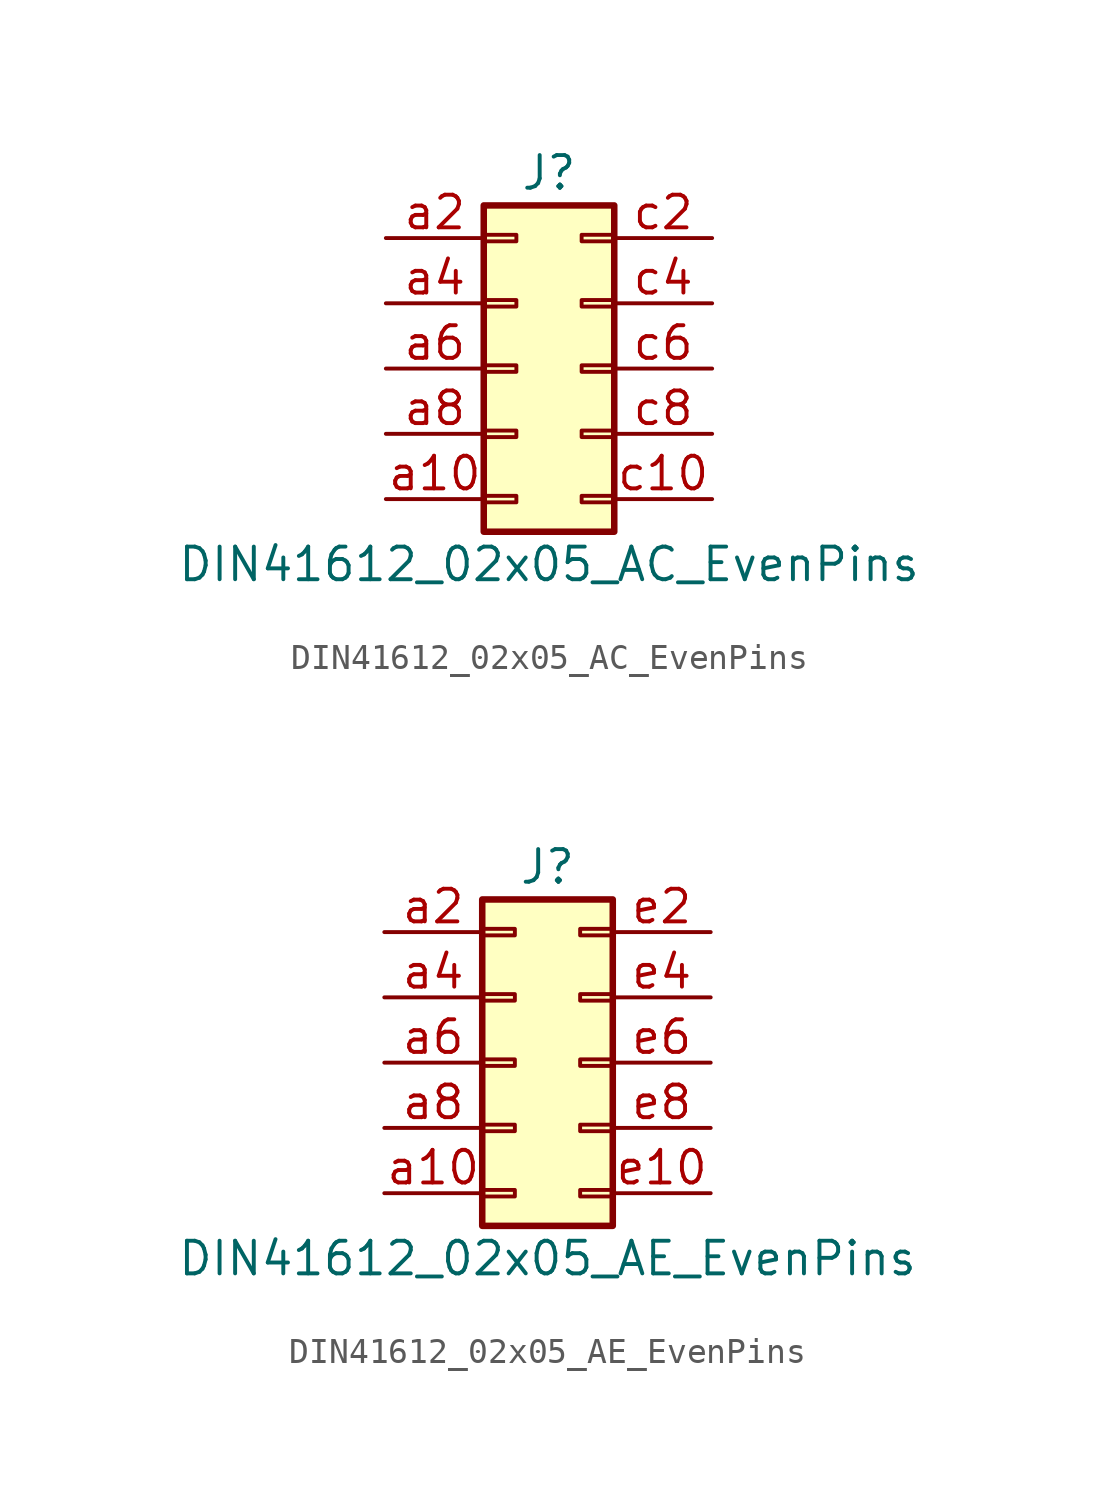
<source format=kicad_sym>
(kicad_symbol_lib
  (version 20211014)
  (generator kicad_symbol_editor)
  (symbol "DIN41612_02x05_AC_EvenPins"
    (pin_names
      (offset 1.016) hide)
    (property "Reference" "J"
      (at 1.27 7.62 0)
      (effects (font (size 1.27 1.27))))
    (property "Value" "DIN41612_02x05_AC_EvenPins"
      (at 1.27 -7.62 0)
      (effects (font (size 1.27 1.27))))
    (symbol "DIN41612_02x05_AC_EvenPins_1_1"
      (rectangle (start -1.27 -4.953) (end 0 -5.207) (stroke (width 0.152) (type default) (color 0 0 0 0)) (fill (type none)))
      (rectangle (start -1.27 -2.413) (end 0 -2.667) (stroke (width 0.152) (type default) (color 0 0 0 0)) (fill (type none)))
      (rectangle (start -1.27 0.127) (end 0 -0.127) (stroke (width 0.152) (type default) (color 0 0 0 0)) (fill (type none)))
      (rectangle (start -1.27 2.667) (end 0 2.413) (stroke (width 0.152) (type default) (color 0 0 0 0)) (fill (type none)))
      (rectangle (start -1.27 5.207) (end 0 4.953) (stroke (width 0.152) (type default) (color 0 0 0 0)) (fill (type none)))
      (rectangle (start -1.27 6.35) (end 3.81 -6.35) (stroke (width 0.254) (type default) (color 0 0 0 0)) (fill (type background)))
      (rectangle (start 3.81 -4.953) (end 2.54 -5.207) (stroke (width 0.152) (type default) (color 0 0 0 0)) (fill (type none)))
      (rectangle (start 3.81 -2.413) (end 2.54 -2.667) (stroke (width 0.152) (type default) (color 0 0 0 0)) (fill (type none)))
      (rectangle (start 3.81 0.127) (end 2.54 -0.127) (stroke (width 0.152) (type default) (color 0 0 0 0)) (fill (type none)))
      (rectangle (start 3.81 2.667) (end 2.54 2.413) (stroke (width 0.152) (type default) (color 0 0 0 0)) (fill (type none)))
      (rectangle (start 3.81 5.207) (end 2.54 4.953) (stroke (width 0.152) (type default) (color 0 0 0 0)) (fill (type none)))
      (pin passive line (at -5.08 -5.08 0) (length 3.81) (name "Pin_a10" (effects (font (size 1.27 1.27)))) (number "a10" (effects (font (size 1.27 1.27)))))
      (pin passive line (at -5.08 5.08 0) (length 3.81) (name "Pin_a2" (effects (font (size 1.27 1.27)))) (number "a2" (effects (font (size 1.27 1.27)))))
      (pin passive line (at -5.08 2.54 0) (length 3.81) (name "Pin_a4" (effects (font (size 1.27 1.27)))) (number "a4" (effects (font (size 1.27 1.27)))))
      (pin passive line (at -5.08 0 0) (length 3.81) (name "Pin_a6" (effects (font (size 1.27 1.27)))) (number "a6" (effects (font (size 1.27 1.27)))))
      (pin passive line (at -5.08 -2.54 0) (length 3.81) (name "Pin_a8" (effects (font (size 1.27 1.27)))) (number "a8" (effects (font (size 1.27 1.27)))))
      (pin passive line (at 7.62 -5.08 180) (length 3.81) (name "Pin_c10" (effects (font (size 1.27 1.27)))) (number "c10" (effects (font (size 1.27 1.27)))))
      (pin passive line (at 7.62 5.08 180) (length 3.81) (name "Pin_c2" (effects (font (size 1.27 1.27)))) (number "c2" (effects (font (size 1.27 1.27)))))
      (pin passive line (at 7.62 2.54 180) (length 3.81) (name "Pin_c4" (effects (font (size 1.27 1.27)))) (number "c4" (effects (font (size 1.27 1.27)))))
      (pin passive line (at 7.62 0 180) (length 3.81) (name "Pin_c6" (effects (font (size 1.27 1.27)))) (number "c6" (effects (font (size 1.27 1.27)))))
      (pin passive line (at 7.62 -2.54 180) (length 3.81) (name "Pin_c8" (effects (font (size 1.27 1.27)))) (number "c8" (effects (font (size 1.27 1.27)))))))
  (symbol "DIN41612_02x05_AE_EvenPins"
    (pin_names
      (offset 1.016) hide)
    (property "Reference" "J"
      (at 1.27 7.62 0)
      (effects (font (size 1.27 1.27))))
    (property "Value" "DIN41612_02x05_AE_EvenPins"
      (at 1.27 -7.62 0)
      (effects (font (size 1.27 1.27))))
    (symbol "DIN41612_02x05_AE_EvenPins_1_1"
      (rectangle (start -1.27 -4.953) (end 0 -5.207) (stroke (width 0.152) (type default) (color 0 0 0 0)) (fill (type none)))
      (rectangle (start -1.27 -2.413) (end 0 -2.667) (stroke (width 0.152) (type default) (color 0 0 0 0)) (fill (type none)))
      (rectangle (start -1.27 0.127) (end 0 -0.127) (stroke (width 0.152) (type default) (color 0 0 0 0)) (fill (type none)))
      (rectangle (start -1.27 2.667) (end 0 2.413) (stroke (width 0.152) (type default) (color 0 0 0 0)) (fill (type none)))
      (rectangle (start -1.27 5.207) (end 0 4.953) (stroke (width 0.152) (type default) (color 0 0 0 0)) (fill (type none)))
      (rectangle (start -1.27 6.35) (end 3.81 -6.35) (stroke (width 0.254) (type default) (color 0 0 0 0)) (fill (type background)))
      (rectangle (start 3.81 -4.953) (end 2.54 -5.207) (stroke (width 0.152) (type default) (color 0 0 0 0)) (fill (type none)))
      (rectangle (start 3.81 -2.413) (end 2.54 -2.667) (stroke (width 0.152) (type default) (color 0 0 0 0)) (fill (type none)))
      (rectangle (start 3.81 0.127) (end 2.54 -0.127) (stroke (width 0.152) (type default) (color 0 0 0 0)) (fill (type none)))
      (rectangle (start 3.81 2.667) (end 2.54 2.413) (stroke (width 0.152) (type default) (color 0 0 0 0)) (fill (type none)))
      (rectangle (start 3.81 5.207) (end 2.54 4.953) (stroke (width 0.152) (type default) (color 0 0 0 0)) (fill (type none)))
      (pin passive line (at -5.08 -5.08 0) (length 3.81) (name "Pin_a10" (effects (font (size 1.27 1.27)))) (number "a10" (effects (font (size 1.27 1.27)))))
      (pin passive line (at -5.08 5.08 0) (length 3.81) (name "Pin_a2" (effects (font (size 1.27 1.27)))) (number "a2" (effects (font (size 1.27 1.27)))))
      (pin passive line (at -5.08 2.54 0) (length 3.81) (name "Pin_a4" (effects (font (size 1.27 1.27)))) (number "a4" (effects (font (size 1.27 1.27)))))
      (pin passive line (at -5.08 0 0) (length 3.81) (name "Pin_a6" (effects (font (size 1.27 1.27)))) (number "a6" (effects (font (size 1.27 1.27)))))
      (pin passive line (at -5.08 -2.54 0) (length 3.81) (name "Pin_a8" (effects (font (size 1.27 1.27)))) (number "a8" (effects (font (size 1.27 1.27)))))
      (pin passive line (at 7.62 -5.08 180) (length 3.81) (name "Pin_e10" (effects (font (size 1.27 1.27)))) (number "e10" (effects (font (size 1.27 1.27)))))
      (pin passive line (at 7.62 5.08 180) (length 3.81) (name "Pin_e2" (effects (font (size 1.27 1.27)))) (number "e2" (effects (font (size 1.27 1.27)))))
      (pin passive line (at 7.62 2.54 180) (length 3.81) (name "Pin_e4" (effects (font (size 1.27 1.27)))) (number "e4" (effects (font (size 1.27 1.27)))))
      (pin passive line (at 7.62 0 180) (length 3.81) (name "Pin_e6" (effects (font (size 1.27 1.27)))) (number "e6" (effects (font (size 1.27 1.27)))))
      (pin passive line (at 7.62 -2.54 180) (length 3.81) (name "Pin_e8" (effects (font (size 1.27 1.27)))) (number "e8" (effects (font (size 1.27 1.27))))))))
</source>
